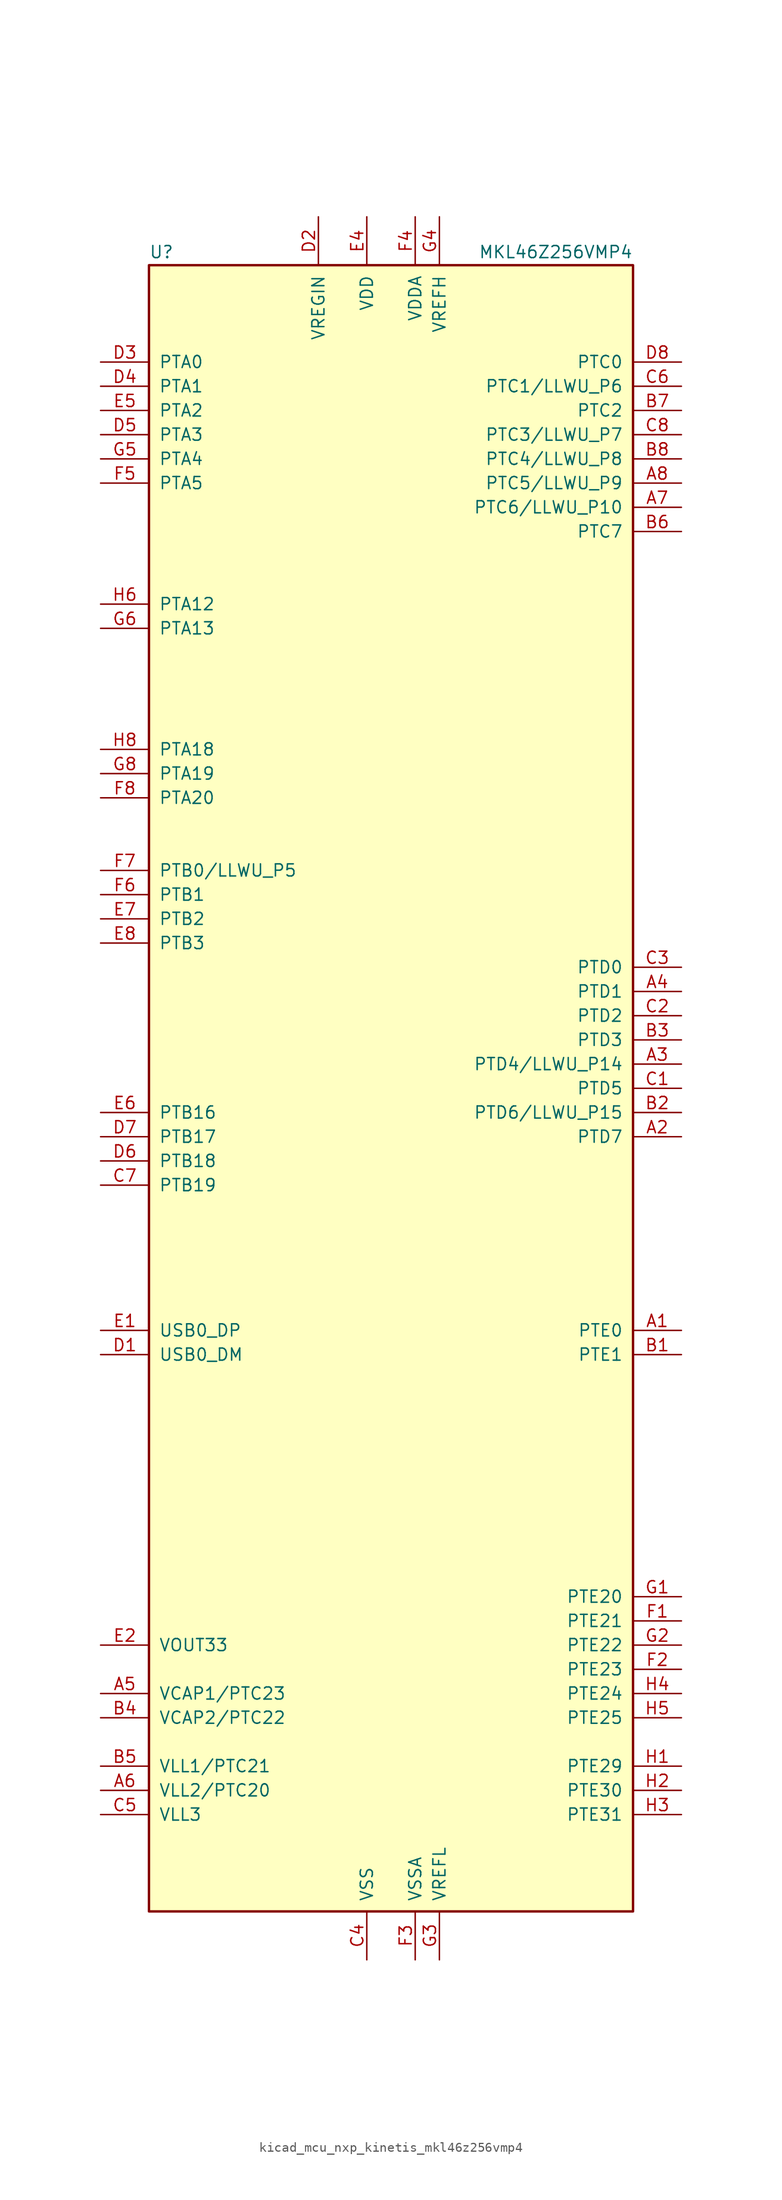
<source format=kicad_sym>
(kicad_symbol_lib
  (version 20220914)
  (generator kicad_symbol_editor)
  (symbol "kicad_mcu_nxp_kinetis_mkl46z256vmp4"
    (pin_names
      (offset 1.016))
    (property "Reference" "U"
      (at -25.4 86.995 0)
      (effects (font (size 1.27 1.27)) (justify left bottom)))
    (property "Value" "MKL46Z256VMP4"
      (at 25.4 86.995 0)
      (effects (font (size 1.27 1.27)) (justify right bottom)))
    (symbol "kicad_mcu_nxp_kinetis_mkl46z256vmp4_0_1"
      (rectangle (start -25.4 86.36) (end 25.4 -86.36) (stroke (width 0.254) (type default)) (fill (type background))))
    (symbol "kicad_mcu_nxp_kinetis_mkl46z256vmp4_1_1"
      (pin bidirectional line (at 30.48 -25.4 180) (length 5.08) (name "PTE0" (effects (font (size 1.27 1.27)))) (number "A1" (effects (font (size 1.27 1.27)))))
      (pin bidirectional line (at 30.48 -5.08 180) (length 5.08) (name "PTD7" (effects (font (size 1.27 1.27)))) (number "A2" (effects (font (size 1.27 1.27)))))
      (pin bidirectional line (at 30.48 2.54 180) (length 5.08) (name "PTD4/LLWU_P14" (effects (font (size 1.27 1.27)))) (number "A3" (effects (font (size 1.27 1.27)))))
      (pin bidirectional line (at 30.48 10.16 180) (length 5.08) (name "PTD1" (effects (font (size 1.27 1.27)))) (number "A4" (effects (font (size 1.27 1.27)))))
      (pin passive line (at -30.48 -63.5 0) (length 5.08) (name "VCAP1/PTC23" (effects (font (size 1.27 1.27)))) (number "A5" (effects (font (size 1.27 1.27)))))
      (pin power_out line (at -30.48 -73.66 0) (length 5.08) (name "VLL2/PTC20" (effects (font (size 1.27 1.27)))) (number "A6" (effects (font (size 1.27 1.27)))))
      (pin bidirectional line (at 30.48 60.96 180) (length 5.08) (name "PTC6/LLWU_P10" (effects (font (size 1.27 1.27)))) (number "A7" (effects (font (size 1.27 1.27)))))
      (pin bidirectional line (at 30.48 63.5 180) (length 5.08) (name "PTC5/LLWU_P9" (effects (font (size 1.27 1.27)))) (number "A8" (effects (font (size 1.27 1.27)))))
      (pin bidirectional line (at 30.48 -27.94 180) (length 5.08) (name "PTE1" (effects (font (size 1.27 1.27)))) (number "B1" (effects (font (size 1.27 1.27)))))
      (pin bidirectional line (at 30.48 -2.54 180) (length 5.08) (name "PTD6/LLWU_P15" (effects (font (size 1.27 1.27)))) (number "B2" (effects (font (size 1.27 1.27)))))
      (pin bidirectional line (at 30.48 5.08 180) (length 5.08) (name "PTD3" (effects (font (size 1.27 1.27)))) (number "B3" (effects (font (size 1.27 1.27)))))
      (pin passive line (at -30.48 -66.04 0) (length 5.08) (name "VCAP2/PTC22" (effects (font (size 1.27 1.27)))) (number "B4" (effects (font (size 1.27 1.27)))))
      (pin power_out line (at -30.48 -71.12 0) (length 5.08) (name "VLL1/PTC21" (effects (font (size 1.27 1.27)))) (number "B5" (effects (font (size 1.27 1.27)))))
      (pin bidirectional line (at 30.48 58.42 180) (length 5.08) (name "PTC7" (effects (font (size 1.27 1.27)))) (number "B6" (effects (font (size 1.27 1.27)))))
      (pin bidirectional line (at 30.48 71.12 180) (length 5.08) (name "PTC2" (effects (font (size 1.27 1.27)))) (number "B7" (effects (font (size 1.27 1.27)))))
      (pin bidirectional line (at 30.48 66.04 180) (length 5.08) (name "PTC4/LLWU_P8" (effects (font (size 1.27 1.27)))) (number "B8" (effects (font (size 1.27 1.27)))))
      (pin bidirectional line (at 30.48 0 180) (length 5.08) (name "PTD5" (effects (font (size 1.27 1.27)))) (number "C1" (effects (font (size 1.27 1.27)))))
      (pin bidirectional line (at 30.48 7.62 180) (length 5.08) (name "PTD2" (effects (font (size 1.27 1.27)))) (number "C2" (effects (font (size 1.27 1.27)))))
      (pin bidirectional line (at 30.48 12.7 180) (length 5.08) (name "PTD0" (effects (font (size 1.27 1.27)))) (number "C3" (effects (font (size 1.27 1.27)))))
      (pin power_in line (at -2.54 -91.44 90) (length 5.08) (name "VSS" (effects (font (size 1.27 1.27)))) (number "C4" (effects (font (size 1.27 1.27)))))
      (pin power_out line (at -30.48 -76.2 0) (length 5.08) (name "VLL3" (effects (font (size 1.27 1.27)))) (number "C5" (effects (font (size 1.27 1.27)))))
      (pin bidirectional line (at 30.48 73.66 180) (length 5.08) (name "PTC1/LLWU_P6" (effects (font (size 1.27 1.27)))) (number "C6" (effects (font (size 1.27 1.27)))))
      (pin bidirectional line (at -30.48 -10.16 0) (length 5.08) (name "PTB19" (effects (font (size 1.27 1.27)))) (number "C7" (effects (font (size 1.27 1.27)))))
      (pin bidirectional line (at 30.48 68.58 180) (length 5.08) (name "PTC3/LLWU_P7" (effects (font (size 1.27 1.27)))) (number "C8" (effects (font (size 1.27 1.27)))))
      (pin bidirectional line (at -30.48 -27.94 0) (length 5.08) (name "USB0_DM" (effects (font (size 1.27 1.27)))) (number "D1" (effects (font (size 1.27 1.27)))))
      (pin power_in line (at -7.62 91.44 270) (length 5.08) (name "VREGIN" (effects (font (size 1.27 1.27)))) (number "D2" (effects (font (size 1.27 1.27)))))
      (pin bidirectional line (at -30.48 76.2 0) (length 5.08) (name "PTA0" (effects (font (size 1.27 1.27)))) (number "D3" (effects (font (size 1.27 1.27)))))
      (pin bidirectional line (at -30.48 73.66 0) (length 5.08) (name "PTA1" (effects (font (size 1.27 1.27)))) (number "D4" (effects (font (size 1.27 1.27)))))
      (pin bidirectional line (at -30.48 68.58 0) (length 5.08) (name "PTA3" (effects (font (size 1.27 1.27)))) (number "D5" (effects (font (size 1.27 1.27)))))
      (pin bidirectional line (at -30.48 -7.62 0) (length 5.08) (name "PTB18" (effects (font (size 1.27 1.27)))) (number "D6" (effects (font (size 1.27 1.27)))))
      (pin bidirectional line (at -30.48 -5.08 0) (length 5.08) (name "PTB17" (effects (font (size 1.27 1.27)))) (number "D7" (effects (font (size 1.27 1.27)))))
      (pin bidirectional line (at 30.48 76.2 180) (length 5.08) (name "PTC0" (effects (font (size 1.27 1.27)))) (number "D8" (effects (font (size 1.27 1.27)))))
      (pin bidirectional line (at -30.48 -25.4 0) (length 5.08) (name "USB0_DP" (effects (font (size 1.27 1.27)))) (number "E1" (effects (font (size 1.27 1.27)))))
      (pin power_out line (at -30.48 -58.42 0) (length 5.08) (name "VOUT33" (effects (font (size 1.27 1.27)))) (number "E2" (effects (font (size 1.27 1.27)))))
      (pin passive line (at -2.54 -91.44 90) (length 5.08) hide (name "VSS" (effects (font (size 1.27 1.27)))) (number "E3" (effects (font (size 1.27 1.27)))))
      (pin power_in line (at -2.54 91.44 270) (length 5.08) (name "VDD" (effects (font (size 1.27 1.27)))) (number "E4" (effects (font (size 1.27 1.27)))))
      (pin bidirectional line (at -30.48 71.12 0) (length 5.08) (name "PTA2" (effects (font (size 1.27 1.27)))) (number "E5" (effects (font (size 1.27 1.27)))))
      (pin bidirectional line (at -30.48 -2.54 0) (length 5.08) (name "PTB16" (effects (font (size 1.27 1.27)))) (number "E6" (effects (font (size 1.27 1.27)))))
      (pin bidirectional line (at -30.48 17.78 0) (length 5.08) (name "PTB2" (effects (font (size 1.27 1.27)))) (number "E7" (effects (font (size 1.27 1.27)))))
      (pin bidirectional line (at -30.48 15.24 0) (length 5.08) (name "PTB3" (effects (font (size 1.27 1.27)))) (number "E8" (effects (font (size 1.27 1.27)))))
      (pin bidirectional line (at 30.48 -55.88 180) (length 5.08) (name "PTE21" (effects (font (size 1.27 1.27)))) (number "F1" (effects (font (size 1.27 1.27)))))
      (pin bidirectional line (at 30.48 -60.96 180) (length 5.08) (name "PTE23" (effects (font (size 1.27 1.27)))) (number "F2" (effects (font (size 1.27 1.27)))))
      (pin power_in line (at 2.54 -91.44 90) (length 5.08) (name "VSSA" (effects (font (size 1.27 1.27)))) (number "F3" (effects (font (size 1.27 1.27)))))
      (pin power_in line (at 2.54 91.44 270) (length 5.08) (name "VDDA" (effects (font (size 1.27 1.27)))) (number "F4" (effects (font (size 1.27 1.27)))))
      (pin bidirectional line (at -30.48 63.5 0) (length 5.08) (name "PTA5" (effects (font (size 1.27 1.27)))) (number "F5" (effects (font (size 1.27 1.27)))))
      (pin bidirectional line (at -30.48 20.32 0) (length 5.08) (name "PTB1" (effects (font (size 1.27 1.27)))) (number "F6" (effects (font (size 1.27 1.27)))))
      (pin bidirectional line (at -30.48 22.86 0) (length 5.08) (name "PTB0/LLWU_P5" (effects (font (size 1.27 1.27)))) (number "F7" (effects (font (size 1.27 1.27)))))
      (pin bidirectional line (at -30.48 30.48 0) (length 5.08) (name "PTA20" (effects (font (size 1.27 1.27)))) (number "F8" (effects (font (size 1.27 1.27)))))
      (pin bidirectional line (at 30.48 -53.34 180) (length 5.08) (name "PTE20" (effects (font (size 1.27 1.27)))) (number "G1" (effects (font (size 1.27 1.27)))))
      (pin bidirectional line (at 30.48 -58.42 180) (length 5.08) (name "PTE22" (effects (font (size 1.27 1.27)))) (number "G2" (effects (font (size 1.27 1.27)))))
      (pin power_in line (at 5.08 -91.44 90) (length 5.08) (name "VREFL" (effects (font (size 1.27 1.27)))) (number "G3" (effects (font (size 1.27 1.27)))))
      (pin power_in line (at 5.08 91.44 270) (length 5.08) (name "VREFH" (effects (font (size 1.27 1.27)))) (number "G4" (effects (font (size 1.27 1.27)))))
      (pin bidirectional line (at -30.48 66.04 0) (length 5.08) (name "PTA4" (effects (font (size 1.27 1.27)))) (number "G5" (effects (font (size 1.27 1.27)))))
      (pin bidirectional line (at -30.48 48.26 0) (length 5.08) (name "PTA13" (effects (font (size 1.27 1.27)))) (number "G6" (effects (font (size 1.27 1.27)))))
      (pin passive line (at -2.54 91.44 270) (length 5.08) hide (name "VDD" (effects (font (size 1.27 1.27)))) (number "G7" (effects (font (size 1.27 1.27)))))
      (pin bidirectional line (at -30.48 33.02 0) (length 5.08) (name "PTA19" (effects (font (size 1.27 1.27)))) (number "G8" (effects (font (size 1.27 1.27)))))
      (pin bidirectional line (at 30.48 -71.12 180) (length 5.08) (name "PTE29" (effects (font (size 1.27 1.27)))) (number "H1" (effects (font (size 1.27 1.27)))))
      (pin bidirectional line (at 30.48 -73.66 180) (length 5.08) (name "PTE30" (effects (font (size 1.27 1.27)))) (number "H2" (effects (font (size 1.27 1.27)))))
      (pin bidirectional line (at 30.48 -76.2 180) (length 5.08) (name "PTE31" (effects (font (size 1.27 1.27)))) (number "H3" (effects (font (size 1.27 1.27)))))
      (pin bidirectional line (at 30.48 -63.5 180) (length 5.08) (name "PTE24" (effects (font (size 1.27 1.27)))) (number "H4" (effects (font (size 1.27 1.27)))))
      (pin bidirectional line (at 30.48 -66.04 180) (length 5.08) (name "PTE25" (effects (font (size 1.27 1.27)))) (number "H5" (effects (font (size 1.27 1.27)))))
      (pin bidirectional line (at -30.48 50.8 0) (length 5.08) (name "PTA12" (effects (font (size 1.27 1.27)))) (number "H6" (effects (font (size 1.27 1.27)))))
      (pin passive line (at -2.54 -91.44 90) (length 5.08) hide (name "VSS" (effects (font (size 1.27 1.27)))) (number "H7" (effects (font (size 1.27 1.27)))))
      (pin bidirectional line (at -30.48 35.56 0) (length 5.08) (name "PTA18" (effects (font (size 1.27 1.27)))) (number "H8" (effects (font (size 1.27 1.27))))))))
</source>
